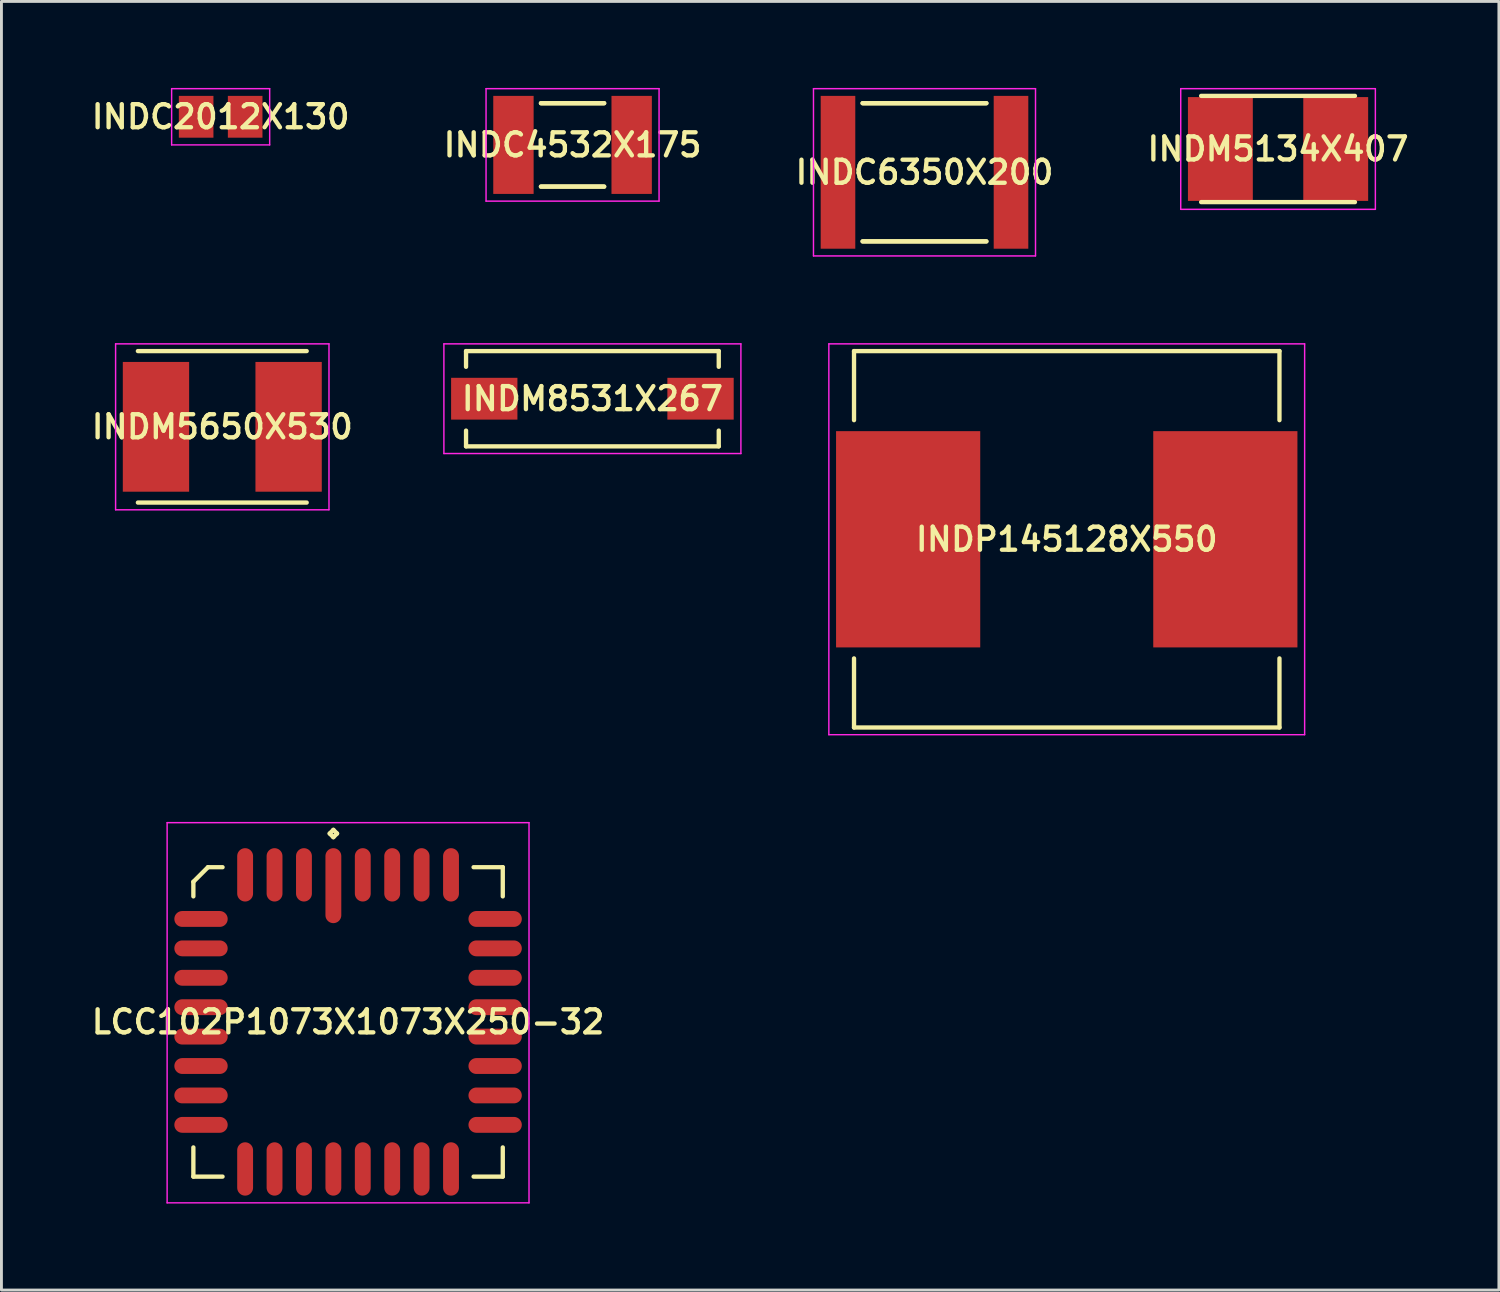
<source format=kicad_pcb>
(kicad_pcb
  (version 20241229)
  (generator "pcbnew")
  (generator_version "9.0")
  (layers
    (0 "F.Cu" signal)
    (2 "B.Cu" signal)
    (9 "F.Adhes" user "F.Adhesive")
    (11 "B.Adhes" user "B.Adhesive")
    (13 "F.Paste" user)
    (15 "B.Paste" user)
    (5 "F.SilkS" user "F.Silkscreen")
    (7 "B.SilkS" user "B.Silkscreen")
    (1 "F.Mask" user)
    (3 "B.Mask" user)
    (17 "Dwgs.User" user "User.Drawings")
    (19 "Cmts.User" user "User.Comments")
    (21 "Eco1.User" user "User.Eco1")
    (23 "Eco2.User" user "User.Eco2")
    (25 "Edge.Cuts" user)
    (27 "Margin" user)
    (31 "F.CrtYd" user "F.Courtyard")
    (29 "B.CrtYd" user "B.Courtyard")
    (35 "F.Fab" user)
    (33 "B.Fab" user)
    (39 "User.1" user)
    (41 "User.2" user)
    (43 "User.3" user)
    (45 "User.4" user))
  (footprint "INDM5134X407"
    (layer "F.Cu")
    (at 41.272 2.117)
    (property "Reference" "INDM5134X407" (at 0 0 0) (layer "F.SilkS") (effects (font (size 0.8 0.8) (thickness 0.15))))
    (attr smd)
    (fp_line (start -2.667 -1.842) (end 2.667 -1.842) (stroke (width 0.15) (type solid)) (layer "F.SilkS"))
    (fp_line (start -2.667 1.842) (end 2.667 1.842) (stroke (width 0.15) (type solid)) (layer "F.SilkS"))
    (fp_line (start -3.375 -2.092) (end 3.375 -2.092) (stroke (width 0.05) (type solid)) (layer "F.CrtYd"))
    (fp_line (start -3.375 2.092) (end -3.375 -2.092) (stroke (width 0.05) (type solid)) (layer "F.CrtYd"))
    (fp_line (start 3.375 -2.092) (end 3.375 2.092) (stroke (width 0.05) (type solid)) (layer "F.CrtYd"))
    (fp_line (start 3.375 2.092) (end -3.375 2.092) (stroke (width 0.05) (type solid)) (layer "F.CrtYd"))
    (pad "1" smd rect (at -2 0) (size 2.25 3.6) (layers "F.Cu" "F.Mask" "F.Paste"))
    (pad "2" smd rect (at 2 0) (size 2.25 3.6) (layers "F.Cu" "F.Mask" "F.Paste")))
  (footprint "INDC2012X130"
    (layer "F.Cu")
    (at 4.602 1)
    (property "Reference" "INDC2012X130" (at 0 0 0) (layer "F.SilkS") (effects (font (size 0.8 0.8) (thickness 0.15))))
    (attr smd)
    (fp_line (start -1.7 -0.975) (end 1.7 -0.975) (stroke (width 0.05) (type solid)) (layer "F.CrtYd"))
    (fp_line (start -1.7 0.975) (end -1.7 -0.975) (stroke (width 0.05) (type solid)) (layer "F.CrtYd"))
    (fp_line (start 1.7 -0.975) (end 1.7 0.975) (stroke (width 0.05) (type solid)) (layer "F.CrtYd"))
    (fp_line (start 1.7 0.975) (end -1.7 0.975) (stroke (width 0.05) (type solid)) (layer "F.CrtYd"))
    (pad "1" smd rect (at -0.85 0) (size 1.2 1.45) (layers "F.Cu" "F.Mask" "F.Paste"))
    (pad "2" smd rect (at 0.85 0) (size 1.2 1.45) (layers "F.Cu" "F.Mask" "F.Paste")))
  (footprint "INDM5650X530"
    (layer "F.Cu")
    (at 4.659 11.752)
    (property "Reference" "INDM5650X530" (at 0 0 0) (layer "F.SilkS") (effects (font (size 0.8 0.8) (thickness 0.15))))
    (attr smd)
    (fp_line (start -2.927 -2.627) (end 2.927 -2.627) (stroke (width 0.15) (type solid)) (layer "F.SilkS"))
    (fp_line (start -2.927 2.627) (end 2.927 2.627) (stroke (width 0.15) (type solid)) (layer "F.SilkS"))
    (fp_line (start -3.7 -2.877) (end 3.7 -2.877) (stroke (width 0.05) (type solid)) (layer "F.CrtYd"))
    (fp_line (start -3.7 2.877) (end -3.7 -2.877) (stroke (width 0.05) (type solid)) (layer "F.CrtYd"))
    (fp_line (start 3.7 -2.877) (end 3.7 2.877) (stroke (width 0.05) (type solid)) (layer "F.CrtYd"))
    (fp_line (start 3.7 2.877) (end -3.7 2.877) (stroke (width 0.05) (type solid)) (layer "F.CrtYd"))
    (pad "1" smd rect (at -2.3 0) (size 2.3 4.5) (layers "F.Cu" "F.Mask" "F.Paste"))
    (pad "2" smd rect (at 2.3 0) (size 2.3 4.5) (layers "F.Cu" "F.Mask" "F.Paste")))
  (footprint "LCC102P1073X1073X250-32"
    (layer "F.Cu")
    (at 9.021 32.389)
    (property "Reference" "LCC102P1073X1073X250-32" (at 0 0 0) (layer "F.SilkS") (effects (font (size 0.8 0.8) (thickness 0.15))))
    (attr smd)
    (fp_line (start -5.365 -4.859) (end -4.859 -5.365) (stroke (width 0.15) (type solid)) (layer "F.SilkS"))
    (fp_line (start -5.365 -4.353) (end -5.365 -4.859) (stroke (width 0.15) (type solid)) (layer "F.SilkS"))
    (fp_line (start -5.365 4.353) (end -5.365 5.365) (stroke (width 0.15) (type solid)) (layer "F.SilkS"))
    (fp_line (start -5.365 5.365) (end -4.353 5.365) (stroke (width 0.15) (type solid)) (layer "F.SilkS"))
    (fp_line (start -4.859 -5.365) (end -4.353 -5.365) (stroke (width 0.15) (type solid)) (layer "F.SilkS"))
    (fp_line (start -0.637 -6.533) (end -0.51 -6.66) (stroke (width 0.15) (type solid)) (layer "F.SilkS"))
    (fp_line (start -0.51 -6.66) (end -0.383 -6.533) (stroke (width 0.15) (type solid)) (layer "F.SilkS"))
    (fp_line (start -0.51 -6.406) (end -0.637 -6.533) (stroke (width 0.15) (type solid)) (layer "F.SilkS"))
    (fp_line (start -0.383 -6.533) (end -0.51 -6.406) (stroke (width 0.15) (type solid)) (layer "F.SilkS"))
    (fp_line (start 5.365 -5.365) (end 4.353 -5.365) (stroke (width 0.15) (type solid)) (layer "F.SilkS"))
    (fp_line (start 5.365 -4.353) (end 5.365 -5.365) (stroke (width 0.15) (type solid)) (layer "F.SilkS"))
    (fp_line (start 5.365 4.353) (end 5.365 5.365) (stroke (width 0.15) (type solid)) (layer "F.SilkS"))
    (fp_line (start 5.365 5.365) (end 4.353 5.365) (stroke (width 0.15) (type solid)) (layer "F.SilkS"))
    (fp_line (start -6.275 -6.91) (end 6.275 -6.91) (stroke (width 0.05) (type solid)) (layer "F.CrtYd"))
    (fp_line (start -6.275 6.275) (end -6.275 -6.91) (stroke (width 0.05) (type solid)) (layer "F.CrtYd"))
    (fp_line (start 6.275 -6.91) (end 6.275 6.275) (stroke (width 0.05) (type solid)) (layer "F.CrtYd"))
    (fp_line (start 6.275 6.275) (end -6.275 6.275) (stroke (width 0.05) (type solid)) (layer "F.CrtYd"))
    (pad "1" smd oval (at -0.51 -4.725) (size 0.55 2.6) (layers "F.Cu" "F.Mask" "F.Paste"))
    (pad "2" smd oval (at -1.53 -5.1) (size 0.55 1.85) (layers "F.Cu" "F.Mask" "F.Paste"))
    (pad "3" smd oval (at -2.55 -5.1) (size 0.55 1.85) (layers "F.Cu" "F.Mask" "F.Paste"))
    (pad "4" smd oval (at -3.57 -5.1) (size 0.55 1.85) (layers "F.Cu" "F.Mask" "F.Paste"))
    (pad "5" smd oval (at -5.1 -3.57) (size 1.85 0.55) (layers "F.Cu" "F.Mask" "F.Paste"))
    (pad "6" smd oval (at -5.1 -2.55) (size 1.85 0.55) (layers "F.Cu" "F.Mask" "F.Paste"))
    (pad "7" smd oval (at -5.1 -1.53) (size 1.85 0.55) (layers "F.Cu" "F.Mask" "F.Paste"))
    (pad "8" smd oval (at -5.1 -0.51) (size 1.85 0.55) (layers "F.Cu" "F.Mask" "F.Paste"))
    (pad "9" smd oval (at -5.1 0.51) (size 1.85 0.55) (layers "F.Cu" "F.Mask" "F.Paste"))
    (pad "10" smd oval (at -5.1 1.53) (size 1.85 0.55) (layers "F.Cu" "F.Mask" "F.Paste"))
    (pad "11" smd oval (at -5.1 2.55) (size 1.85 0.55) (layers "F.Cu" "F.Mask" "F.Paste"))
    (pad "12" smd oval (at -5.1 3.57) (size 1.85 0.55) (layers "F.Cu" "F.Mask" "F.Paste"))
    (pad "13" smd oval (at -3.57 5.1) (size 0.55 1.85) (layers "F.Cu" "F.Mask" "F.Paste"))
    (pad "14" smd oval (at -2.55 5.1) (size 0.55 1.85) (layers "F.Cu" "F.Mask" "F.Paste"))
    (pad "15" smd oval (at -1.53 5.1) (size 0.55 1.85) (layers "F.Cu" "F.Mask" "F.Paste"))
    (pad "16" smd oval (at -0.51 5.1) (size 0.55 1.85) (layers "F.Cu" "F.Mask" "F.Paste"))
    (pad "17" smd oval (at 0.51 5.1) (size 0.55 1.85) (layers "F.Cu" "F.Mask" "F.Paste"))
    (pad "18" smd oval (at 1.53 5.1) (size 0.55 1.85) (layers "F.Cu" "F.Mask" "F.Paste"))
    (pad "19" smd oval (at 2.55 5.1) (size 0.55 1.85) (layers "F.Cu" "F.Mask" "F.Paste"))
    (pad "20" smd oval (at 3.57 5.1) (size 0.55 1.85) (layers "F.Cu" "F.Mask" "F.Paste"))
    (pad "21" smd oval (at 5.1 3.57) (size 1.85 0.55) (layers "F.Cu" "F.Mask" "F.Paste"))
    (pad "22" smd oval (at 5.1 2.55) (size 1.85 0.55) (layers "F.Cu" "F.Mask" "F.Paste"))
    (pad "23" smd oval (at 5.1 1.53) (size 1.85 0.55) (layers "F.Cu" "F.Mask" "F.Paste"))
    (pad "24" smd oval (at 5.1 0.51) (size 1.85 0.55) (layers "F.Cu" "F.Mask" "F.Paste"))
    (pad "25" smd oval (at 5.1 -0.51) (size 1.85 0.55) (layers "F.Cu" "F.Mask" "F.Paste"))
    (pad "26" smd oval (at 5.1 -1.53) (size 1.85 0.55) (layers "F.Cu" "F.Mask" "F.Paste"))
    (pad "27" smd oval (at 5.1 -2.55) (size 1.85 0.55) (layers "F.Cu" "F.Mask" "F.Paste"))
    (pad "28" smd oval (at 5.1 -3.57) (size 1.85 0.55) (layers "F.Cu" "F.Mask" "F.Paste"))
    (pad "29" smd oval (at 3.57 -5.1) (size 0.55 1.85) (layers "F.Cu" "F.Mask" "F.Paste"))
    (pad "30" smd oval (at 2.55 -5.1) (size 0.55 1.85) (layers "F.Cu" "F.Mask" "F.Paste"))
    (pad "31" smd oval (at 1.53 -5.1) (size 0.55 1.85) (layers "F.Cu" "F.Mask" "F.Paste"))
    (pad "32" smd oval (at 0.51 -5.1) (size 0.55 1.85) (layers "F.Cu" "F.Mask" "F.Paste")))
  (footprint "INDC4532X175"
    (layer "F.Cu")
    (at 16.806 1.975)
    (property "Reference" "INDC4532X175" (at 0 0 0) (layer "F.SilkS") (effects (font (size 0.8 0.8) (thickness 0.15))))
    (attr smd)
    (fp_line (start -1.096 -1.446) (end 1.096 -1.446) (stroke (width 0.15) (type solid)) (layer "F.SilkS"))
    (fp_line (start -1.096 1.446) (end 1.096 1.446) (stroke (width 0.15) (type solid)) (layer "F.SilkS"))
    (fp_line (start 1.096 -1.446) (end -1.096 -1.446) (stroke (width 0.15) (type solid)) (layer "F.SilkS"))
    (fp_line (start 1.096 1.446) (end -1.096 1.446) (stroke (width 0.15) (type solid)) (layer "F.SilkS"))
    (fp_line (start -3 -1.95) (end 3 -1.95) (stroke (width 0.05) (type solid)) (layer "F.CrtYd"))
    (fp_line (start -3 1.95) (end -3 -1.95) (stroke (width 0.05) (type solid)) (layer "F.CrtYd"))
    (fp_line (start 3 -1.95) (end 3 1.95) (stroke (width 0.05) (type solid)) (layer "F.CrtYd"))
    (fp_line (start 3 1.95) (end -3 1.95) (stroke (width 0.05) (type solid)) (layer "F.CrtYd"))
    (pad "1" smd rect (at -2.05 0) (size 1.4 3.4) (layers "F.Cu" "F.Mask" "F.Paste"))
    (pad "2" smd rect (at 2.05 0) (size 1.4 3.4) (layers "F.Cu" "F.Mask" "F.Paste")))
  (footprint "INDP145128X550"
    (layer "F.Cu")
    (at 33.944 15.652)
    (property "Reference" "INDP145128X550" (at 0 0 0) (layer "F.SilkS") (effects (font (size 0.8 0.8) (thickness 0.15))))
    (attr smd)
    (fp_line (start -7.377 -6.527) (end 7.377 -6.527) (stroke (width 0.15) (type solid)) (layer "F.SilkS"))
    (fp_line (start -7.377 -4.131) (end -7.377 -6.527) (stroke (width 0.15) (type solid)) (layer "F.SilkS"))
    (fp_line (start -7.377 4.131) (end -7.377 6.527) (stroke (width 0.15) (type solid)) (layer "F.SilkS"))
    (fp_line (start -7.377 6.527) (end 7.377 6.527) (stroke (width 0.15) (type solid)) (layer "F.SilkS"))
    (fp_line (start 7.377 -6.527) (end 7.377 -4.131) (stroke (width 0.15) (type solid)) (layer "F.SilkS"))
    (fp_line (start 7.377 6.527) (end 7.377 4.131) (stroke (width 0.15) (type solid)) (layer "F.SilkS"))
    (fp_line (start -8.25 -6.777) (end 8.25 -6.777) (stroke (width 0.05) (type solid)) (layer "F.CrtYd"))
    (fp_line (start -8.25 6.777) (end -8.25 -6.777) (stroke (width 0.05) (type solid)) (layer "F.CrtYd"))
    (fp_line (start 8.25 -6.777) (end 8.25 6.777) (stroke (width 0.05) (type solid)) (layer "F.CrtYd"))
    (fp_line (start 8.25 6.777) (end -8.25 6.777) (stroke (width 0.05) (type solid)) (layer "F.CrtYd"))
    (pad "1" smd rect (at -5.5 0) (size 5 7.5) (layers "F.Cu" "F.Mask" "F.Paste"))
    (pad "2" smd rect (at 5.5 0) (size 5 7.5) (layers "F.Cu" "F.Mask" "F.Paste")))
  (footprint "INDC6350X200"
    (layer "F.Cu")
    (at 29.011 2.925)
    (property "Reference" "INDC6350X200" (at 0 0 0) (layer "F.SilkS") (effects (font (size 0.8 0.8) (thickness 0.15))))
    (attr smd)
    (fp_line (start -2.146 -2.396) (end 2.146 -2.396) (stroke (width 0.15) (type solid)) (layer "F.SilkS"))
    (fp_line (start -2.146 2.396) (end 2.146 2.396) (stroke (width 0.15) (type solid)) (layer "F.SilkS"))
    (fp_line (start 2.146 -2.396) (end -2.146 -2.396) (stroke (width 0.15) (type solid)) (layer "F.SilkS"))
    (fp_line (start 2.146 2.396) (end -2.146 2.396) (stroke (width 0.15) (type solid)) (layer "F.SilkS"))
    (fp_line (start -3.85 -2.9) (end 3.85 -2.9) (stroke (width 0.05) (type solid)) (layer "F.CrtYd"))
    (fp_line (start -3.85 2.9) (end -3.85 -2.9) (stroke (width 0.05) (type solid)) (layer "F.CrtYd"))
    (fp_line (start 3.85 -2.9) (end 3.85 2.9) (stroke (width 0.05) (type solid)) (layer "F.CrtYd"))
    (fp_line (start 3.85 2.9) (end -3.85 2.9) (stroke (width 0.05) (type solid)) (layer "F.CrtYd"))
    (pad "1" smd rect (at -3 0) (size 1.2 5.3) (layers "F.Cu" "F.Mask" "F.Paste"))
    (pad "2" smd rect (at 3 0) (size 1.2 5.3) (layers "F.Cu" "F.Mask" "F.Paste")))
  (footprint "INDM8531X267"
    (layer "F.Cu")
    (at 17.494 10.777)
    (property "Reference" "INDM8531X267" (at 0 0 0) (layer "F.SilkS") (effects (font (size 0.8 0.8) (thickness 0.15))))
    (attr smd)
    (fp_line (start -4.382 -1.652) (end 4.382 -1.652) (stroke (width 0.15) (type solid)) (layer "F.SilkS"))
    (fp_line (start -4.382 -1.106) (end -4.382 -1.652) (stroke (width 0.15) (type solid)) (layer "F.SilkS"))
    (fp_line (start -4.382 1.106) (end -4.382 1.652) (stroke (width 0.15) (type solid)) (layer "F.SilkS"))
    (fp_line (start -4.382 1.652) (end 4.382 1.652) (stroke (width 0.15) (type solid)) (layer "F.SilkS"))
    (fp_line (start 4.382 -1.652) (end 4.382 -1.106) (stroke (width 0.15) (type solid)) (layer "F.SilkS"))
    (fp_line (start 4.382 1.652) (end 4.382 1.106) (stroke (width 0.15) (type solid)) (layer "F.SilkS"))
    (fp_line (start -5.15 -1.902) (end 5.15 -1.902) (stroke (width 0.05) (type solid)) (layer "F.CrtYd"))
    (fp_line (start -5.15 1.902) (end -5.15 -1.902) (stroke (width 0.05) (type solid)) (layer "F.CrtYd"))
    (fp_line (start 5.15 -1.902) (end 5.15 1.902) (stroke (width 0.05) (type solid)) (layer "F.CrtYd"))
    (fp_line (start 5.15 1.902) (end -5.15 1.902) (stroke (width 0.05) (type solid)) (layer "F.CrtYd"))
    (pad "1" smd rect (at -3.75 0) (size 2.3 1.45) (layers "F.Cu" "F.Mask" "F.Paste"))
    (pad "2" smd rect (at 3.75 0) (size 2.3 1.45) (layers "F.Cu" "F.Mask" "F.Paste")))
  (gr_rect
    (start -3 -3)
    (end 48.931 41.689)
    (stroke (width 0.1) (type default))
    (fill no)
    (layer "Edge.Cuts")))
</source>
